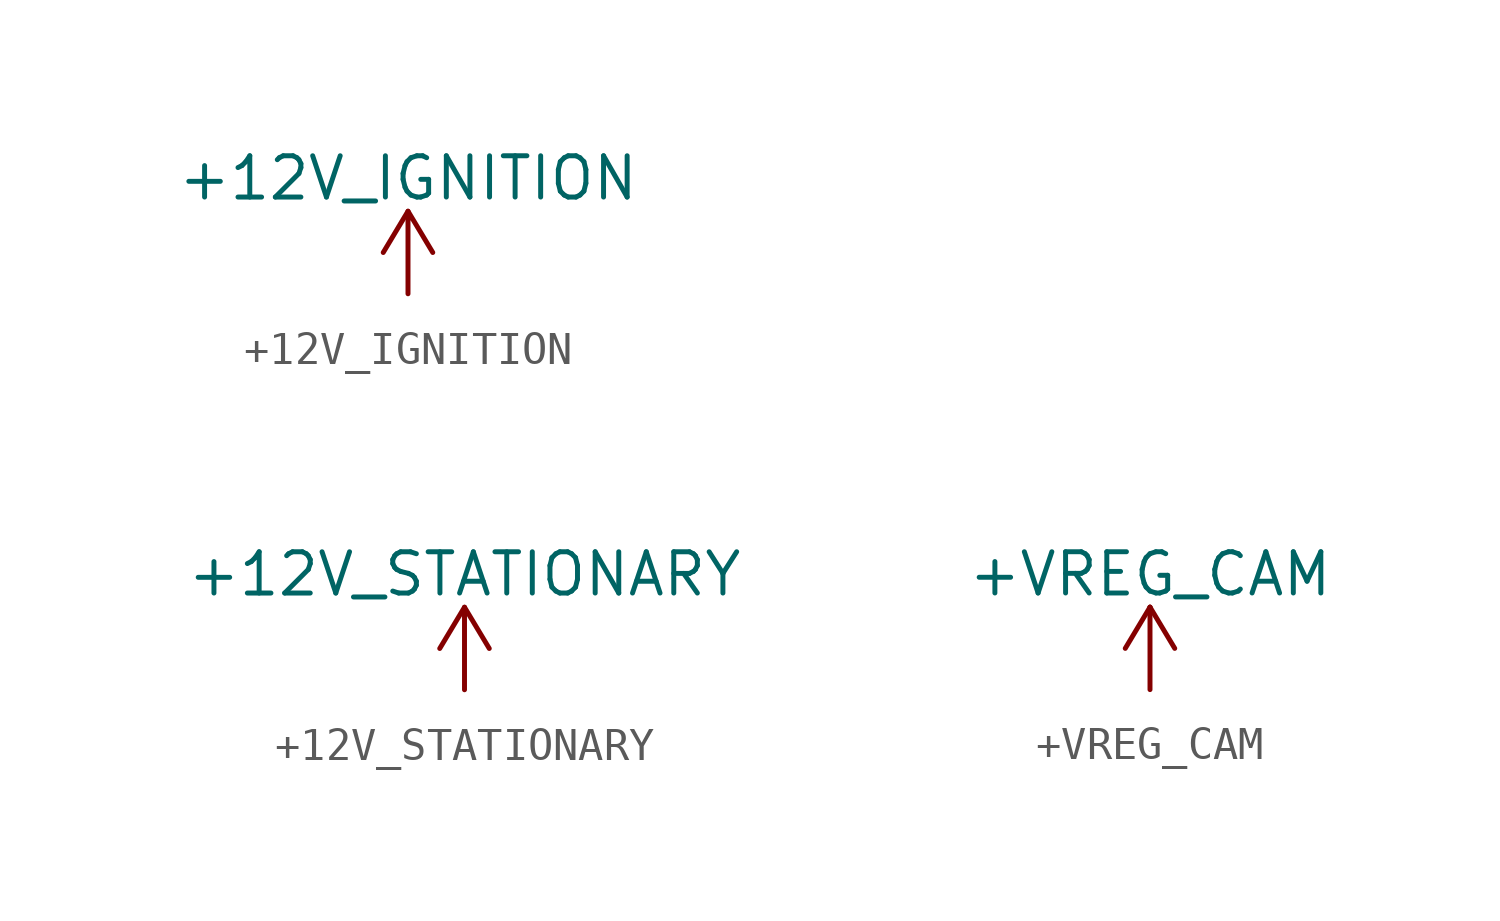
<source format=kicad_sym>
(kicad_symbol_lib
  (version 20211014)
  (generator kicad_symbol_editor)
  (symbol "+12V_IGNITION"
    (power)
    (property "Reference" "#PWR"
      (at 0 -1.27 0)
      (effects (font (size 1.27 1.27)) hide))
    (property "Value" "+12V_IGNITION"
      (at 0 3.556 0)
      (effects (font (size 1.27 1.27))))
    (symbol "+12V_IGNITION_0_1"
      (polyline (pts (xy 0 2.54) (xy -0.762 1.27)) (stroke (width 0) (type default) (color 0 0 0 0)) (fill (type none)))
      (polyline (pts (xy 0 0) (xy 0 2.54) (xy 0.762 1.27)) (stroke (width 0) (type default) (color 0 0 0 0)) (fill (type none))))
    (symbol "+12V_IGNITION_1_1"
      (pin power_in line (at 0 0 90) (length 0) hide (name "+12V_IGNITION" (effects (font (size 1.27 1.27)))) (number "1" (effects (font (size 1.27 1.27)))))))
  (symbol "+12V_STATIONARY"
    (power)
    (property "Reference" "#PWR"
      (at 0 -1.27 0)
      (effects (font (size 1.27 1.27)) hide))
    (property "Value" "+12V_STATIONARY"
      (at 0 3.556 0)
      (effects (font (size 1.27 1.27))))
    (symbol "+12V_STATIONARY_0_1"
      (polyline (pts (xy 0 2.54) (xy -0.762 1.27)) (stroke (width 0) (type default) (color 0 0 0 0)) (fill (type none)))
      (polyline (pts (xy 0 0) (xy 0 2.54) (xy 0.762 1.27)) (stroke (width 0) (type default) (color 0 0 0 0)) (fill (type none))))
    (symbol "+12V_STATIONARY_1_1"
      (pin power_in line (at 0 0 90) (length 0) hide (name "+12V_STATIONARY" (effects (font (size 1.27 1.27)))) (number "1" (effects (font (size 1.27 1.27)))))))
  (symbol "+VREG_CAM"
    (power)
    (pin_names
      (offset 0))
    (property "Reference" "#PWR"
      (at 0 -3.81 0)
      (effects (font (size 1.27 1.27)) hide))
    (property "Value" "+VREG_CAM"
      (at 0 3.556 0)
      (effects (font (size 1.27 1.27))))
    (symbol "+VREG_CAM_0_1"
      (polyline (pts (xy -0.762 1.27) (xy 0 2.54)) (stroke (width 0) (type default) (color 0 0 0 0)) (fill (type none)))
      (polyline (pts (xy 0 0) (xy 0 2.54)) (stroke (width 0) (type default) (color 0 0 0 0)) (fill (type none)))
      (polyline (pts (xy 0 2.54) (xy 0.762 1.27)) (stroke (width 0) (type default) (color 0 0 0 0)) (fill (type none))))
    (symbol "+VREG_CAM_1_1"
      (pin power_in line (at 0 0 90) (length 0) hide (name "+VREG_CAM" (effects (font (size 1.27 1.27)))) (number "1" (effects (font (size 1.27 1.27))))))))
</source>
